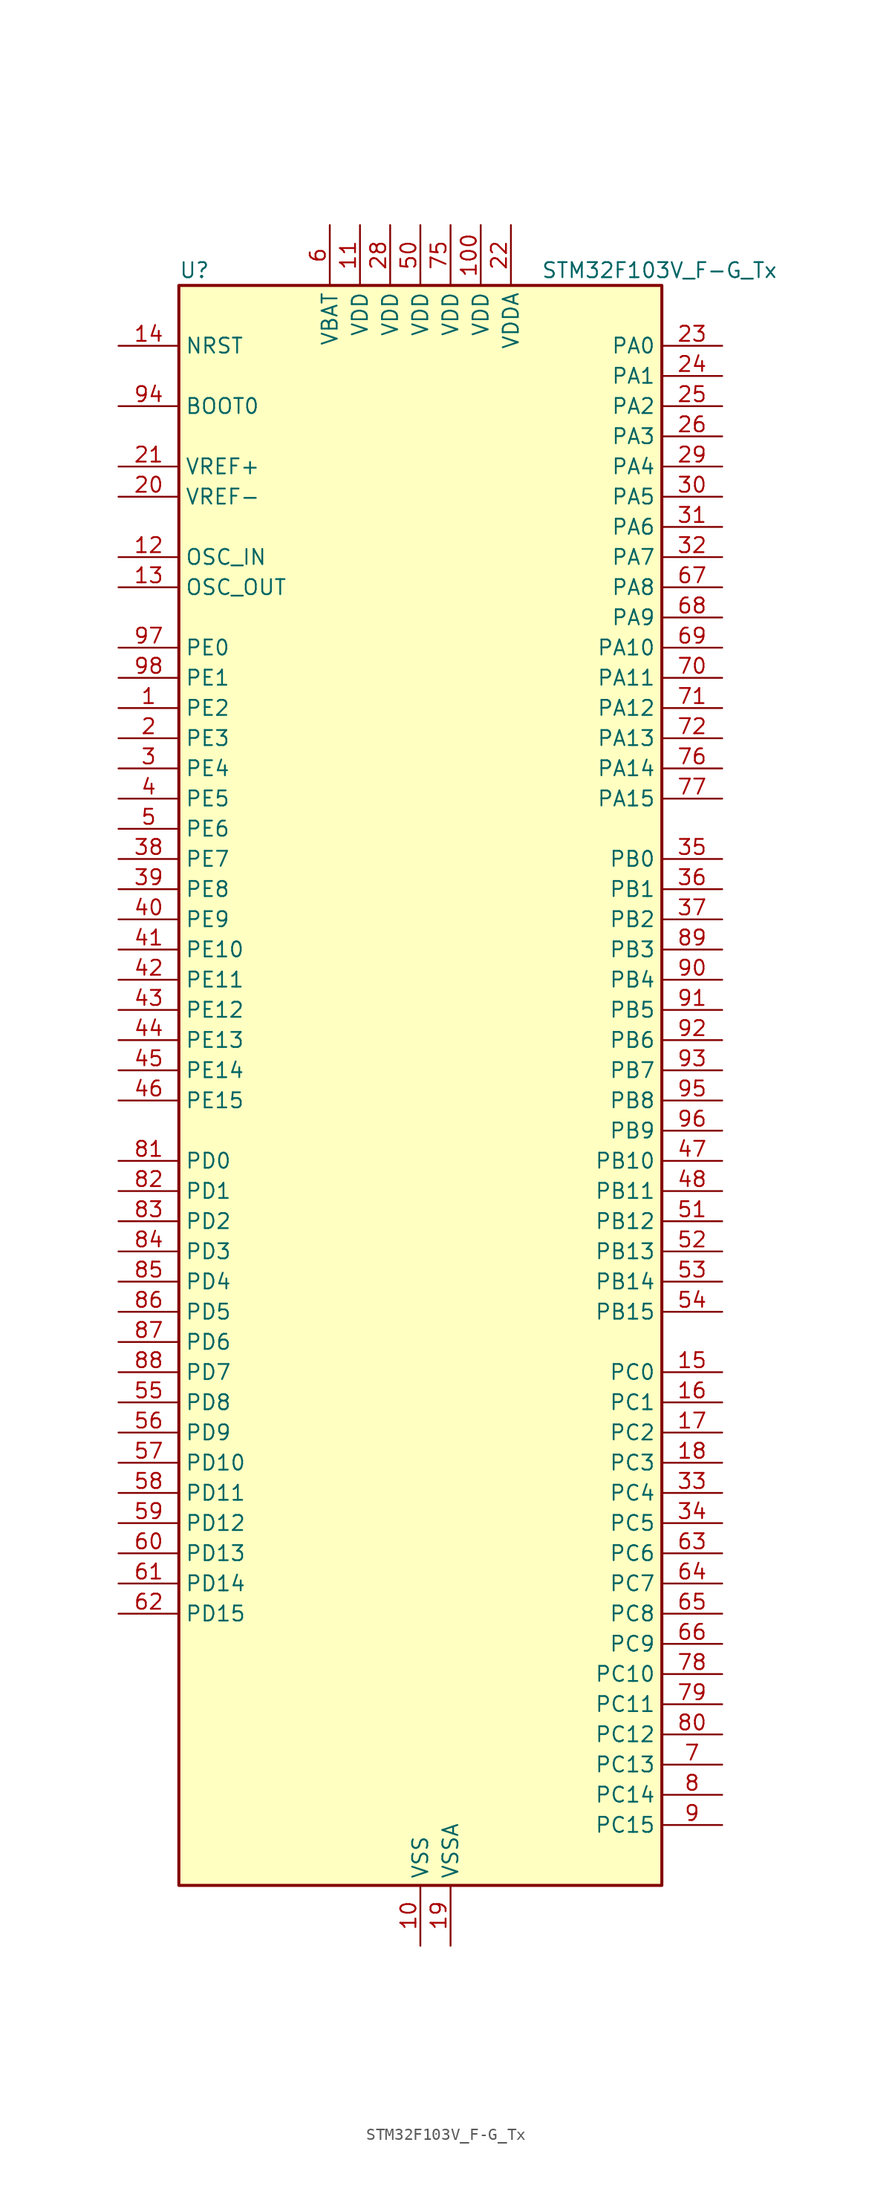
<source format=kicad_sym>
(kicad_symbol_lib
  (version 20241209)
  (generator "kicad_symbol_editor")
  (generator_version "9.0")
  (symbol "STM32F103V_F-G_Tx"
    (property "Reference" "U"
      (at -20.32 69.85 0)
      (effects (font (size 1.27 1.27)) (justify left)))
    (property "Value" "STM32F103V_F-G_Tx"
      (at 10.16 69.85 0)
      (effects (font (size 1.27 1.27)) (justify left)))
    (symbol "STM32F103V_F-G_Tx_0_1"
      (rectangle (start -20.32 -66.04) (end 20.32 68.58) (stroke (width 0.254) (type default)) (fill (type background))))
    (symbol "STM32F103V_F-G_Tx_1_1"
      (pin input line (at -25.4 63.5 0) (length 5.08) (name "NRST" (effects (font (size 1.27 1.27)))) (number "14" (effects (font (size 1.27 1.27)))))
      (pin input line (at -25.4 58.42 0) (length 5.08) (name "BOOT0" (effects (font (size 1.27 1.27)))) (number "94" (effects (font (size 1.27 1.27)))))
      (pin input line (at -25.4 53.34 0) (length 5.08) (name "VREF+" (effects (font (size 1.27 1.27)))) (number "21" (effects (font (size 1.27 1.27)))))
      (pin input line (at -25.4 50.8 0) (length 5.08) (name "VREF-" (effects (font (size 1.27 1.27)))) (number "20" (effects (font (size 1.27 1.27)))))
      (pin input line (at -25.4 45.72 0) (length 5.08) (name "OSC_IN" (effects (font (size 1.27 1.27)))) (number "12" (effects (font (size 1.27 1.27)))) (alternate "RCC_OSC_IN" bidirectional line))
      (pin input line (at -25.4 43.18 0) (length 5.08) (name "OSC_OUT" (effects (font (size 1.27 1.27)))) (number "13" (effects (font (size 1.27 1.27)))) (alternate "RCC_OSC_OUT" bidirectional line))
      (pin bidirectional line (at -25.4 38.1 0) (length 5.08) (name "PE0" (effects (font (size 1.27 1.27)))) (number "97" (effects (font (size 1.27 1.27)))) (alternate "FSMC_NBL0" bidirectional line) (alternate "TIM4_ETR" bidirectional line))
      (pin bidirectional line (at -25.4 35.56 0) (length 5.08) (name "PE1" (effects (font (size 1.27 1.27)))) (number "98" (effects (font (size 1.27 1.27)))) (alternate "FSMC_NBL1" bidirectional line))
      (pin bidirectional line (at -25.4 33.02 0) (length 5.08) (name "PE2" (effects (font (size 1.27 1.27)))) (number "1" (effects (font (size 1.27 1.27)))) (alternate "FSMC_A23" bidirectional line) (alternate "SYS_TRACECLK" bidirectional line))
      (pin bidirectional line (at -25.4 30.48 0) (length 5.08) (name "PE3" (effects (font (size 1.27 1.27)))) (number "2" (effects (font (size 1.27 1.27)))) (alternate "FSMC_A19" bidirectional line) (alternate "SYS_TRACED0" bidirectional line))
      (pin bidirectional line (at -25.4 27.94 0) (length 5.08) (name "PE4" (effects (font (size 1.27 1.27)))) (number "3" (effects (font (size 1.27 1.27)))) (alternate "FSMC_A20" bidirectional line) (alternate "SYS_TRACED1" bidirectional line))
      (pin bidirectional line (at -25.4 25.4 0) (length 5.08) (name "PE5" (effects (font (size 1.27 1.27)))) (number "4" (effects (font (size 1.27 1.27)))) (alternate "FSMC_A21" bidirectional line) (alternate "SYS_TRACED2" bidirectional line) (alternate "TIM9_CH1" bidirectional line))
      (pin bidirectional line (at -25.4 22.86 0) (length 5.08) (name "PE6" (effects (font (size 1.27 1.27)))) (number "5" (effects (font (size 1.27 1.27)))) (alternate "FSMC_A22" bidirectional line) (alternate "SYS_TRACED3" bidirectional line) (alternate "TIM9_CH2" bidirectional line))
      (pin bidirectional line (at -25.4 20.32 0) (length 5.08) (name "PE7" (effects (font (size 1.27 1.27)))) (number "38" (effects (font (size 1.27 1.27)))) (alternate "FSMC_D4" bidirectional line) (alternate "FSMC_DA4" bidirectional line) (alternate "TIM1_ETR" bidirectional line))
      (pin bidirectional line (at -25.4 17.78 0) (length 5.08) (name "PE8" (effects (font (size 1.27 1.27)))) (number "39" (effects (font (size 1.27 1.27)))) (alternate "FSMC_D5" bidirectional line) (alternate "FSMC_DA5" bidirectional line) (alternate "TIM1_CH1N" bidirectional line))
      (pin bidirectional line (at -25.4 15.24 0) (length 5.08) (name "PE9" (effects (font (size 1.27 1.27)))) (number "40" (effects (font (size 1.27 1.27)))) (alternate "DAC_EXTI9" bidirectional line) (alternate "FSMC_D6" bidirectional line) (alternate "FSMC_DA6" bidirectional line) (alternate "TIM1_CH1" bidirectional line))
      (pin bidirectional line (at -25.4 12.7 0) (length 5.08) (name "PE10" (effects (font (size 1.27 1.27)))) (number "41" (effects (font (size 1.27 1.27)))) (alternate "FSMC_D7" bidirectional line) (alternate "FSMC_DA7" bidirectional line) (alternate "TIM1_CH2N" bidirectional line))
      (pin bidirectional line (at -25.4 10.16 0) (length 5.08) (name "PE11" (effects (font (size 1.27 1.27)))) (number "42" (effects (font (size 1.27 1.27)))) (alternate "ADC1_EXTI11" bidirectional line) (alternate "ADC2_EXTI11" bidirectional line) (alternate "FSMC_D8" bidirectional line) (alternate "FSMC_DA8" bidirectional line) (alternate "TIM1_CH2" bidirectional line))
      (pin bidirectional line (at -25.4 7.62 0) (length 5.08) (name "PE12" (effects (font (size 1.27 1.27)))) (number "43" (effects (font (size 1.27 1.27)))) (alternate "FSMC_D9" bidirectional line) (alternate "FSMC_DA9" bidirectional line) (alternate "TIM1_CH3N" bidirectional line))
      (pin bidirectional line (at -25.4 5.08 0) (length 5.08) (name "PE13" (effects (font (size 1.27 1.27)))) (number "44" (effects (font (size 1.27 1.27)))) (alternate "FSMC_D10" bidirectional line) (alternate "FSMC_DA10" bidirectional line) (alternate "TIM1_CH3" bidirectional line))
      (pin bidirectional line (at -25.4 2.54 0) (length 5.08) (name "PE14" (effects (font (size 1.27 1.27)))) (number "45" (effects (font (size 1.27 1.27)))) (alternate "FSMC_D11" bidirectional line) (alternate "FSMC_DA11" bidirectional line) (alternate "TIM1_CH4" bidirectional line))
      (pin bidirectional line (at -25.4 0 0) (length 5.08) (name "PE15" (effects (font (size 1.27 1.27)))) (number "46" (effects (font (size 1.27 1.27)))) (alternate "ADC1_EXTI15" bidirectional line) (alternate "ADC2_EXTI15" bidirectional line) (alternate "FSMC_D12" bidirectional line) (alternate "FSMC_DA12" bidirectional line) (alternate "TIM1_BKIN" bidirectional line))
      (pin bidirectional line (at -25.4 -5.08 0) (length 5.08) (name "PD0" (effects (font (size 1.27 1.27)))) (number "81" (effects (font (size 1.27 1.27)))) (alternate "CAN_RX" bidirectional line) (alternate "FSMC_D2" bidirectional line) (alternate "FSMC_DA2" bidirectional line))
      (pin bidirectional line (at -25.4 -7.62 0) (length 5.08) (name "PD1" (effects (font (size 1.27 1.27)))) (number "82" (effects (font (size 1.27 1.27)))) (alternate "CAN_TX" bidirectional line) (alternate "FSMC_D3" bidirectional line) (alternate "FSMC_DA3" bidirectional line))
      (pin bidirectional line (at -25.4 -10.16 0) (length 5.08) (name "PD2" (effects (font (size 1.27 1.27)))) (number "83" (effects (font (size 1.27 1.27)))) (alternate "SDIO_CMD" bidirectional line) (alternate "TIM3_ETR" bidirectional line) (alternate "UART5_RX" bidirectional line))
      (pin bidirectional line (at -25.4 -12.7 0) (length 5.08) (name "PD3" (effects (font (size 1.27 1.27)))) (number "84" (effects (font (size 1.27 1.27)))) (alternate "FSMC_CLK" bidirectional line) (alternate "USART2_CTS" bidirectional line))
      (pin bidirectional line (at -25.4 -15.24 0) (length 5.08) (name "PD4" (effects (font (size 1.27 1.27)))) (number "85" (effects (font (size 1.27 1.27)))) (alternate "FSMC_NOE" bidirectional line) (alternate "USART2_RTS" bidirectional line))
      (pin bidirectional line (at -25.4 -17.78 0) (length 5.08) (name "PD5" (effects (font (size 1.27 1.27)))) (number "86" (effects (font (size 1.27 1.27)))) (alternate "FSMC_NWE" bidirectional line) (alternate "USART2_TX" bidirectional line))
      (pin bidirectional line (at -25.4 -20.32 0) (length 5.08) (name "PD6" (effects (font (size 1.27 1.27)))) (number "87" (effects (font (size 1.27 1.27)))) (alternate "FSMC_NWAIT" bidirectional line) (alternate "USART2_RX" bidirectional line))
      (pin bidirectional line (at -25.4 -22.86 0) (length 5.08) (name "PD7" (effects (font (size 1.27 1.27)))) (number "88" (effects (font (size 1.27 1.27)))) (alternate "FSMC_NCE2" bidirectional line) (alternate "FSMC_NE1" bidirectional line) (alternate "USART2_CK" bidirectional line))
      (pin bidirectional line (at -25.4 -25.4 0) (length 5.08) (name "PD8" (effects (font (size 1.27 1.27)))) (number "55" (effects (font (size 1.27 1.27)))) (alternate "FSMC_D13" bidirectional line) (alternate "FSMC_DA13" bidirectional line) (alternate "USART3_TX" bidirectional line))
      (pin bidirectional line (at -25.4 -27.94 0) (length 5.08) (name "PD9" (effects (font (size 1.27 1.27)))) (number "56" (effects (font (size 1.27 1.27)))) (alternate "DAC_EXTI9" bidirectional line) (alternate "FSMC_D14" bidirectional line) (alternate "FSMC_DA14" bidirectional line) (alternate "USART3_RX" bidirectional line))
      (pin bidirectional line (at -25.4 -30.48 0) (length 5.08) (name "PD10" (effects (font (size 1.27 1.27)))) (number "57" (effects (font (size 1.27 1.27)))) (alternate "FSMC_D15" bidirectional line) (alternate "FSMC_DA15" bidirectional line) (alternate "USART3_CK" bidirectional line))
      (pin bidirectional line (at -25.4 -33.02 0) (length 5.08) (name "PD11" (effects (font (size 1.27 1.27)))) (number "58" (effects (font (size 1.27 1.27)))) (alternate "ADC1_EXTI11" bidirectional line) (alternate "ADC2_EXTI11" bidirectional line) (alternate "FSMC_A16" bidirectional line) (alternate "FSMC_CLE" bidirectional line) (alternate "USART3_CTS" bidirectional line))
      (pin bidirectional line (at -25.4 -35.56 0) (length 5.08) (name "PD12" (effects (font (size 1.27 1.27)))) (number "59" (effects (font (size 1.27 1.27)))) (alternate "FSMC_A17" bidirectional line) (alternate "FSMC_ALE" bidirectional line) (alternate "TIM4_CH1" bidirectional line) (alternate "USART3_RTS" bidirectional line))
      (pin bidirectional line (at -25.4 -38.1 0) (length 5.08) (name "PD13" (effects (font (size 1.27 1.27)))) (number "60" (effects (font (size 1.27 1.27)))) (alternate "FSMC_A18" bidirectional line) (alternate "TIM4_CH2" bidirectional line))
      (pin bidirectional line (at -25.4 -40.64 0) (length 5.08) (name "PD14" (effects (font (size 1.27 1.27)))) (number "61" (effects (font (size 1.27 1.27)))) (alternate "FSMC_D0" bidirectional line) (alternate "FSMC_DA0" bidirectional line) (alternate "TIM4_CH3" bidirectional line))
      (pin bidirectional line (at -25.4 -43.18 0) (length 5.08) (name "PD15" (effects (font (size 1.27 1.27)))) (number "62" (effects (font (size 1.27 1.27)))) (alternate "ADC1_EXTI15" bidirectional line) (alternate "ADC2_EXTI15" bidirectional line) (alternate "FSMC_D1" bidirectional line) (alternate "FSMC_DA1" bidirectional line) (alternate "TIM4_CH4" bidirectional line))
      (pin no_connect line (at -20.32 -66.04 0) (length 5.08) (hide yes) (name "NC" (effects (font (size 1.27 1.27)))) (number "73" (effects (font (size 1.27 1.27)))))
      (pin power_in line (at -7.62 73.66 270) (length 5.08) (name "VBAT" (effects (font (size 1.27 1.27)))) (number "6" (effects (font (size 1.27 1.27)))))
      (pin power_in line (at -5.08 73.66 270) (length 5.08) (name "VDD" (effects (font (size 1.27 1.27)))) (number "11" (effects (font (size 1.27 1.27)))))
      (pin power_in line (at -2.54 73.66 270) (length 5.08) (name "VDD" (effects (font (size 1.27 1.27)))) (number "28" (effects (font (size 1.27 1.27)))))
      (pin power_in line (at 0 73.66 270) (length 5.08) (name "VDD" (effects (font (size 1.27 1.27)))) (number "50" (effects (font (size 1.27 1.27)))))
      (pin power_in line (at 0 -71.12 90) (length 5.08) (name "VSS" (effects (font (size 1.27 1.27)))) (number "10" (effects (font (size 1.27 1.27)))))
      (pin passive line (at 0 -71.12 90) (length 5.08) (hide yes) (name "VSS" (effects (font (size 1.27 1.27)))) (number "27" (effects (font (size 1.27 1.27)))))
      (pin passive line (at 0 -71.12 90) (length 5.08) (hide yes) (name "VSS" (effects (font (size 1.27 1.27)))) (number "49" (effects (font (size 1.27 1.27)))))
      (pin passive line (at 0 -71.12 90) (length 5.08) (hide yes) (name "VSS" (effects (font (size 1.27 1.27)))) (number "74" (effects (font (size 1.27 1.27)))))
      (pin passive line (at 0 -71.12 90) (length 5.08) (hide yes) (name "VSS" (effects (font (size 1.27 1.27)))) (number "99" (effects (font (size 1.27 1.27)))))
      (pin power_in line (at 2.54 73.66 270) (length 5.08) (name "VDD" (effects (font (size 1.27 1.27)))) (number "75" (effects (font (size 1.27 1.27)))))
      (pin power_in line (at 2.54 -71.12 90) (length 5.08) (name "VSSA" (effects (font (size 1.27 1.27)))) (number "19" (effects (font (size 1.27 1.27)))))
      (pin power_in line (at 5.08 73.66 270) (length 5.08) (name "VDD" (effects (font (size 1.27 1.27)))) (number "100" (effects (font (size 1.27 1.27)))))
      (pin power_in line (at 7.62 73.66 270) (length 5.08) (name "VDDA" (effects (font (size 1.27 1.27)))) (number "22" (effects (font (size 1.27 1.27)))))
      (pin bidirectional line (at 25.4 63.5 180) (length 5.08) (name "PA0" (effects (font (size 1.27 1.27)))) (number "23" (effects (font (size 1.27 1.27)))) (alternate "ADC1_IN0" bidirectional line) (alternate "ADC2_IN0" bidirectional line) (alternate "ADC3_IN0" bidirectional line) (alternate "SYS_WKUP" bidirectional line) (alternate "TIM2_CH1" bidirectional line) (alternate "TIM2_ETR" bidirectional line) (alternate "TIM5_CH1" bidirectional line) (alternate "TIM8_ETR" bidirectional line) (alternate "USART2_CTS" bidirectional line))
      (pin bidirectional line (at 25.4 60.96 180) (length 5.08) (name "PA1" (effects (font (size 1.27 1.27)))) (number "24" (effects (font (size 1.27 1.27)))) (alternate "ADC1_IN1" bidirectional line) (alternate "ADC2_IN1" bidirectional line) (alternate "ADC3_IN1" bidirectional line) (alternate "TIM2_CH2" bidirectional line) (alternate "TIM5_CH2" bidirectional line) (alternate "USART2_RTS" bidirectional line))
      (pin bidirectional line (at 25.4 58.42 180) (length 5.08) (name "PA2" (effects (font (size 1.27 1.27)))) (number "25" (effects (font (size 1.27 1.27)))) (alternate "ADC1_IN2" bidirectional line) (alternate "ADC2_IN2" bidirectional line) (alternate "ADC3_IN2" bidirectional line) (alternate "TIM2_CH3" bidirectional line) (alternate "TIM5_CH3" bidirectional line) (alternate "TIM9_CH1" bidirectional line) (alternate "USART2_TX" bidirectional line))
      (pin bidirectional line (at 25.4 55.88 180) (length 5.08) (name "PA3" (effects (font (size 1.27 1.27)))) (number "26" (effects (font (size 1.27 1.27)))) (alternate "ADC1_IN3" bidirectional line) (alternate "ADC2_IN3" bidirectional line) (alternate "ADC3_IN3" bidirectional line) (alternate "TIM2_CH4" bidirectional line) (alternate "TIM5_CH4" bidirectional line) (alternate "TIM9_CH2" bidirectional line) (alternate "USART2_RX" bidirectional line))
      (pin bidirectional line (at 25.4 53.34 180) (length 5.08) (name "PA4" (effects (font (size 1.27 1.27)))) (number "29" (effects (font (size 1.27 1.27)))) (alternate "ADC1_IN4" bidirectional line) (alternate "ADC2_IN4" bidirectional line) (alternate "DAC_OUT1" bidirectional line) (alternate "SPI1_NSS" bidirectional line) (alternate "USART2_CK" bidirectional line))
      (pin bidirectional line (at 25.4 50.8 180) (length 5.08) (name "PA5" (effects (font (size 1.27 1.27)))) (number "30" (effects (font (size 1.27 1.27)))) (alternate "ADC1_IN5" bidirectional line) (alternate "ADC2_IN5" bidirectional line) (alternate "DAC_OUT2" bidirectional line) (alternate "SPI1_SCK" bidirectional line))
      (pin bidirectional line (at 25.4 48.26 180) (length 5.08) (name "PA6" (effects (font (size 1.27 1.27)))) (number "31" (effects (font (size 1.27 1.27)))) (alternate "ADC1_IN6" bidirectional line) (alternate "ADC2_IN6" bidirectional line) (alternate "SPI1_MISO" bidirectional line) (alternate "TIM13_CH1" bidirectional line) (alternate "TIM1_BKIN" bidirectional line) (alternate "TIM3_CH1" bidirectional line) (alternate "TIM8_BKIN" bidirectional line))
      (pin bidirectional line (at 25.4 45.72 180) (length 5.08) (name "PA7" (effects (font (size 1.27 1.27)))) (number "32" (effects (font (size 1.27 1.27)))) (alternate "ADC1_IN7" bidirectional line) (alternate "ADC2_IN7" bidirectional line) (alternate "SPI1_MOSI" bidirectional line) (alternate "TIM14_CH1" bidirectional line) (alternate "TIM1_CH1N" bidirectional line) (alternate "TIM3_CH2" bidirectional line) (alternate "TIM8_CH1N" bidirectional line))
      (pin bidirectional line (at 25.4 43.18 180) (length 5.08) (name "PA8" (effects (font (size 1.27 1.27)))) (number "67" (effects (font (size 1.27 1.27)))) (alternate "RCC_MCO" bidirectional line) (alternate "TIM1_CH1" bidirectional line) (alternate "USART1_CK" bidirectional line))
      (pin bidirectional line (at 25.4 40.64 180) (length 5.08) (name "PA9" (effects (font (size 1.27 1.27)))) (number "68" (effects (font (size 1.27 1.27)))) (alternate "DAC_EXTI9" bidirectional line) (alternate "TIM1_CH2" bidirectional line) (alternate "USART1_TX" bidirectional line))
      (pin bidirectional line (at 25.4 38.1 180) (length 5.08) (name "PA10" (effects (font (size 1.27 1.27)))) (number "69" (effects (font (size 1.27 1.27)))) (alternate "TIM1_CH3" bidirectional line) (alternate "USART1_RX" bidirectional line))
      (pin bidirectional line (at 25.4 35.56 180) (length 5.08) (name "PA11" (effects (font (size 1.27 1.27)))) (number "70" (effects (font (size 1.27 1.27)))) (alternate "ADC1_EXTI11" bidirectional line) (alternate "ADC2_EXTI11" bidirectional line) (alternate "CAN_RX" bidirectional line) (alternate "TIM1_CH4" bidirectional line) (alternate "USART1_CTS" bidirectional line) (alternate "USB_DM" bidirectional line))
      (pin bidirectional line (at 25.4 33.02 180) (length 5.08) (name "PA12" (effects (font (size 1.27 1.27)))) (number "71" (effects (font (size 1.27 1.27)))) (alternate "CAN_TX" bidirectional line) (alternate "TIM1_ETR" bidirectional line) (alternate "USART1_RTS" bidirectional line) (alternate "USB_DP" bidirectional line))
      (pin bidirectional line (at 25.4 30.48 180) (length 5.08) (name "PA13" (effects (font (size 1.27 1.27)))) (number "72" (effects (font (size 1.27 1.27)))) (alternate "SYS_JTMS-SWDIO" bidirectional line))
      (pin bidirectional line (at 25.4 27.94 180) (length 5.08) (name "PA14" (effects (font (size 1.27 1.27)))) (number "76" (effects (font (size 1.27 1.27)))) (alternate "SYS_JTCK-SWCLK" bidirectional line))
      (pin bidirectional line (at 25.4 25.4 180) (length 5.08) (name "PA15" (effects (font (size 1.27 1.27)))) (number "77" (effects (font (size 1.27 1.27)))) (alternate "ADC1_EXTI15" bidirectional line) (alternate "ADC2_EXTI15" bidirectional line) (alternate "I2S3_WS" bidirectional line) (alternate "SPI1_NSS" bidirectional line) (alternate "SPI3_NSS" bidirectional line) (alternate "SYS_JTDI" bidirectional line) (alternate "TIM2_CH1" bidirectional line) (alternate "TIM2_ETR" bidirectional line))
      (pin bidirectional line (at 25.4 20.32 180) (length 5.08) (name "PB0" (effects (font (size 1.27 1.27)))) (number "35" (effects (font (size 1.27 1.27)))) (alternate "ADC1_IN8" bidirectional line) (alternate "ADC2_IN8" bidirectional line) (alternate "TIM1_CH2N" bidirectional line) (alternate "TIM3_CH3" bidirectional line) (alternate "TIM8_CH2N" bidirectional line))
      (pin bidirectional line (at 25.4 17.78 180) (length 5.08) (name "PB1" (effects (font (size 1.27 1.27)))) (number "36" (effects (font (size 1.27 1.27)))) (alternate "ADC1_IN9" bidirectional line) (alternate "ADC2_IN9" bidirectional line) (alternate "TIM1_CH3N" bidirectional line) (alternate "TIM3_CH4" bidirectional line) (alternate "TIM8_CH3N" bidirectional line))
      (pin bidirectional line (at 25.4 15.24 180) (length 5.08) (name "PB2" (effects (font (size 1.27 1.27)))) (number "37" (effects (font (size 1.27 1.27)))))
      (pin bidirectional line (at 25.4 12.7 180) (length 5.08) (name "PB3" (effects (font (size 1.27 1.27)))) (number "89" (effects (font (size 1.27 1.27)))) (alternate "I2S3_CK" bidirectional line) (alternate "SPI1_SCK" bidirectional line) (alternate "SPI3_SCK" bidirectional line) (alternate "SYS_JTDO-TRACESWO" bidirectional line) (alternate "TIM2_CH2" bidirectional line))
      (pin bidirectional line (at 25.4 10.16 180) (length 5.08) (name "PB4" (effects (font (size 1.27 1.27)))) (number "90" (effects (font (size 1.27 1.27)))) (alternate "SPI1_MISO" bidirectional line) (alternate "SPI3_MISO" bidirectional line) (alternate "SYS_NJTRST" bidirectional line) (alternate "TIM3_CH1" bidirectional line))
      (pin bidirectional line (at 25.4 7.62 180) (length 5.08) (name "PB5" (effects (font (size 1.27 1.27)))) (number "91" (effects (font (size 1.27 1.27)))) (alternate "I2C1_SMBA" bidirectional line) (alternate "I2S3_SD" bidirectional line) (alternate "SPI1_MOSI" bidirectional line) (alternate "SPI3_MOSI" bidirectional line) (alternate "TIM3_CH2" bidirectional line))
      (pin bidirectional line (at 25.4 5.08 180) (length 5.08) (name "PB6" (effects (font (size 1.27 1.27)))) (number "92" (effects (font (size 1.27 1.27)))) (alternate "I2C1_SCL" bidirectional line) (alternate "TIM4_CH1" bidirectional line) (alternate "USART1_TX" bidirectional line))
      (pin bidirectional line (at 25.4 2.54 180) (length 5.08) (name "PB7" (effects (font (size 1.27 1.27)))) (number "93" (effects (font (size 1.27 1.27)))) (alternate "FSMC_NL" bidirectional line) (alternate "I2C1_SDA" bidirectional line) (alternate "TIM4_CH2" bidirectional line) (alternate "USART1_RX" bidirectional line))
      (pin bidirectional line (at 25.4 0 180) (length 5.08) (name "PB8" (effects (font (size 1.27 1.27)))) (number "95" (effects (font (size 1.27 1.27)))) (alternate "CAN_RX" bidirectional line) (alternate "I2C1_SCL" bidirectional line) (alternate "SDIO_D4" bidirectional line) (alternate "TIM10_CH1" bidirectional line) (alternate "TIM4_CH3" bidirectional line))
      (pin bidirectional line (at 25.4 -2.54 180) (length 5.08) (name "PB9" (effects (font (size 1.27 1.27)))) (number "96" (effects (font (size 1.27 1.27)))) (alternate "CAN_TX" bidirectional line) (alternate "DAC_EXTI9" bidirectional line) (alternate "I2C1_SDA" bidirectional line) (alternate "SDIO_D5" bidirectional line) (alternate "TIM11_CH1" bidirectional line) (alternate "TIM4_CH4" bidirectional line))
      (pin bidirectional line (at 25.4 -5.08 180) (length 5.08) (name "PB10" (effects (font (size 1.27 1.27)))) (number "47" (effects (font (size 1.27 1.27)))) (alternate "I2C2_SCL" bidirectional line) (alternate "TIM2_CH3" bidirectional line) (alternate "USART3_TX" bidirectional line))
      (pin bidirectional line (at 25.4 -7.62 180) (length 5.08) (name "PB11" (effects (font (size 1.27 1.27)))) (number "48" (effects (font (size 1.27 1.27)))) (alternate "ADC1_EXTI11" bidirectional line) (alternate "ADC2_EXTI11" bidirectional line) (alternate "I2C2_SDA" bidirectional line) (alternate "TIM2_CH4" bidirectional line) (alternate "USART3_RX" bidirectional line))
      (pin bidirectional line (at 25.4 -10.16 180) (length 5.08) (name "PB12" (effects (font (size 1.27 1.27)))) (number "51" (effects (font (size 1.27 1.27)))) (alternate "I2C2_SMBA" bidirectional line) (alternate "I2S2_WS" bidirectional line) (alternate "SPI2_NSS" bidirectional line) (alternate "TIM1_BKIN" bidirectional line) (alternate "USART3_CK" bidirectional line))
      (pin bidirectional line (at 25.4 -12.7 180) (length 5.08) (name "PB13" (effects (font (size 1.27 1.27)))) (number "52" (effects (font (size 1.27 1.27)))) (alternate "I2S2_CK" bidirectional line) (alternate "SPI2_SCK" bidirectional line) (alternate "TIM1_CH1N" bidirectional line) (alternate "USART3_CTS" bidirectional line))
      (pin bidirectional line (at 25.4 -15.24 180) (length 5.08) (name "PB14" (effects (font (size 1.27 1.27)))) (number "53" (effects (font (size 1.27 1.27)))) (alternate "SPI2_MISO" bidirectional line) (alternate "TIM12_CH1" bidirectional line) (alternate "TIM1_CH2N" bidirectional line) (alternate "USART3_RTS" bidirectional line))
      (pin bidirectional line (at 25.4 -17.78 180) (length 5.08) (name "PB15" (effects (font (size 1.27 1.27)))) (number "54" (effects (font (size 1.27 1.27)))) (alternate "ADC1_EXTI15" bidirectional line) (alternate "ADC2_EXTI15" bidirectional line) (alternate "I2S2_SD" bidirectional line) (alternate "SPI2_MOSI" bidirectional line) (alternate "TIM12_CH2" bidirectional line) (alternate "TIM1_CH3N" bidirectional line))
      (pin bidirectional line (at 25.4 -22.86 180) (length 5.08) (name "PC0" (effects (font (size 1.27 1.27)))) (number "15" (effects (font (size 1.27 1.27)))) (alternate "ADC1_IN10" bidirectional line) (alternate "ADC2_IN10" bidirectional line) (alternate "ADC3_IN10" bidirectional line))
      (pin bidirectional line (at 25.4 -25.4 180) (length 5.08) (name "PC1" (effects (font (size 1.27 1.27)))) (number "16" (effects (font (size 1.27 1.27)))) (alternate "ADC1_IN11" bidirectional line) (alternate "ADC2_IN11" bidirectional line) (alternate "ADC3_IN11" bidirectional line))
      (pin bidirectional line (at 25.4 -27.94 180) (length 5.08) (name "PC2" (effects (font (size 1.27 1.27)))) (number "17" (effects (font (size 1.27 1.27)))) (alternate "ADC1_IN12" bidirectional line) (alternate "ADC2_IN12" bidirectional line) (alternate "ADC3_IN12" bidirectional line))
      (pin bidirectional line (at 25.4 -30.48 180) (length 5.08) (name "PC3" (effects (font (size 1.27 1.27)))) (number "18" (effects (font (size 1.27 1.27)))) (alternate "ADC1_IN13" bidirectional line) (alternate "ADC2_IN13" bidirectional line) (alternate "ADC3_IN13" bidirectional line))
      (pin bidirectional line (at 25.4 -33.02 180) (length 5.08) (name "PC4" (effects (font (size 1.27 1.27)))) (number "33" (effects (font (size 1.27 1.27)))) (alternate "ADC1_IN14" bidirectional line) (alternate "ADC2_IN14" bidirectional line))
      (pin bidirectional line (at 25.4 -35.56 180) (length 5.08) (name "PC5" (effects (font (size 1.27 1.27)))) (number "34" (effects (font (size 1.27 1.27)))) (alternate "ADC1_IN15" bidirectional line) (alternate "ADC2_IN15" bidirectional line))
      (pin bidirectional line (at 25.4 -38.1 180) (length 5.08) (name "PC6" (effects (font (size 1.27 1.27)))) (number "63" (effects (font (size 1.27 1.27)))) (alternate "I2S2_MCK" bidirectional line) (alternate "SDIO_D6" bidirectional line) (alternate "TIM3_CH1" bidirectional line) (alternate "TIM8_CH1" bidirectional line))
      (pin bidirectional line (at 25.4 -40.64 180) (length 5.08) (name "PC7" (effects (font (size 1.27 1.27)))) (number "64" (effects (font (size 1.27 1.27)))) (alternate "I2S3_MCK" bidirectional line) (alternate "SDIO_D7" bidirectional line) (alternate "TIM3_CH2" bidirectional line) (alternate "TIM8_CH2" bidirectional line))
      (pin bidirectional line (at 25.4 -43.18 180) (length 5.08) (name "PC8" (effects (font (size 1.27 1.27)))) (number "65" (effects (font (size 1.27 1.27)))) (alternate "SDIO_D0" bidirectional line) (alternate "TIM3_CH3" bidirectional line) (alternate "TIM8_CH3" bidirectional line))
      (pin bidirectional line (at 25.4 -45.72 180) (length 5.08) (name "PC9" (effects (font (size 1.27 1.27)))) (number "66" (effects (font (size 1.27 1.27)))) (alternate "DAC_EXTI9" bidirectional line) (alternate "SDIO_D1" bidirectional line) (alternate "TIM3_CH4" bidirectional line) (alternate "TIM8_CH4" bidirectional line))
      (pin bidirectional line (at 25.4 -48.26 180) (length 5.08) (name "PC10" (effects (font (size 1.27 1.27)))) (number "78" (effects (font (size 1.27 1.27)))) (alternate "SDIO_D2" bidirectional line) (alternate "UART4_TX" bidirectional line) (alternate "USART3_TX" bidirectional line))
      (pin bidirectional line (at 25.4 -50.8 180) (length 5.08) (name "PC11" (effects (font (size 1.27 1.27)))) (number "79" (effects (font (size 1.27 1.27)))) (alternate "ADC1_EXTI11" bidirectional line) (alternate "ADC2_EXTI11" bidirectional line) (alternate "SDIO_D3" bidirectional line) (alternate "UART4_RX" bidirectional line) (alternate "USART3_RX" bidirectional line))
      (pin bidirectional line (at 25.4 -53.34 180) (length 5.08) (name "PC12" (effects (font (size 1.27 1.27)))) (number "80" (effects (font (size 1.27 1.27)))) (alternate "SDIO_CK" bidirectional line) (alternate "UART5_TX" bidirectional line) (alternate "USART3_CK" bidirectional line))
      (pin bidirectional line (at 25.4 -55.88 180) (length 5.08) (name "PC13" (effects (font (size 1.27 1.27)))) (number "7" (effects (font (size 1.27 1.27)))) (alternate "RTC_OUT" bidirectional line) (alternate "RTC_TAMPER" bidirectional line))
      (pin bidirectional line (at 25.4 -58.42 180) (length 5.08) (name "PC14" (effects (font (size 1.27 1.27)))) (number "8" (effects (font (size 1.27 1.27)))) (alternate "RCC_OSC32_IN" bidirectional line))
      (pin bidirectional line (at 25.4 -60.96 180) (length 5.08) (name "PC15" (effects (font (size 1.27 1.27)))) (number "9" (effects (font (size 1.27 1.27)))) (alternate "ADC1_EXTI15" bidirectional line) (alternate "ADC2_EXTI15" bidirectional line) (alternate "RCC_OSC32_OUT" bidirectional line)))))
</source>
